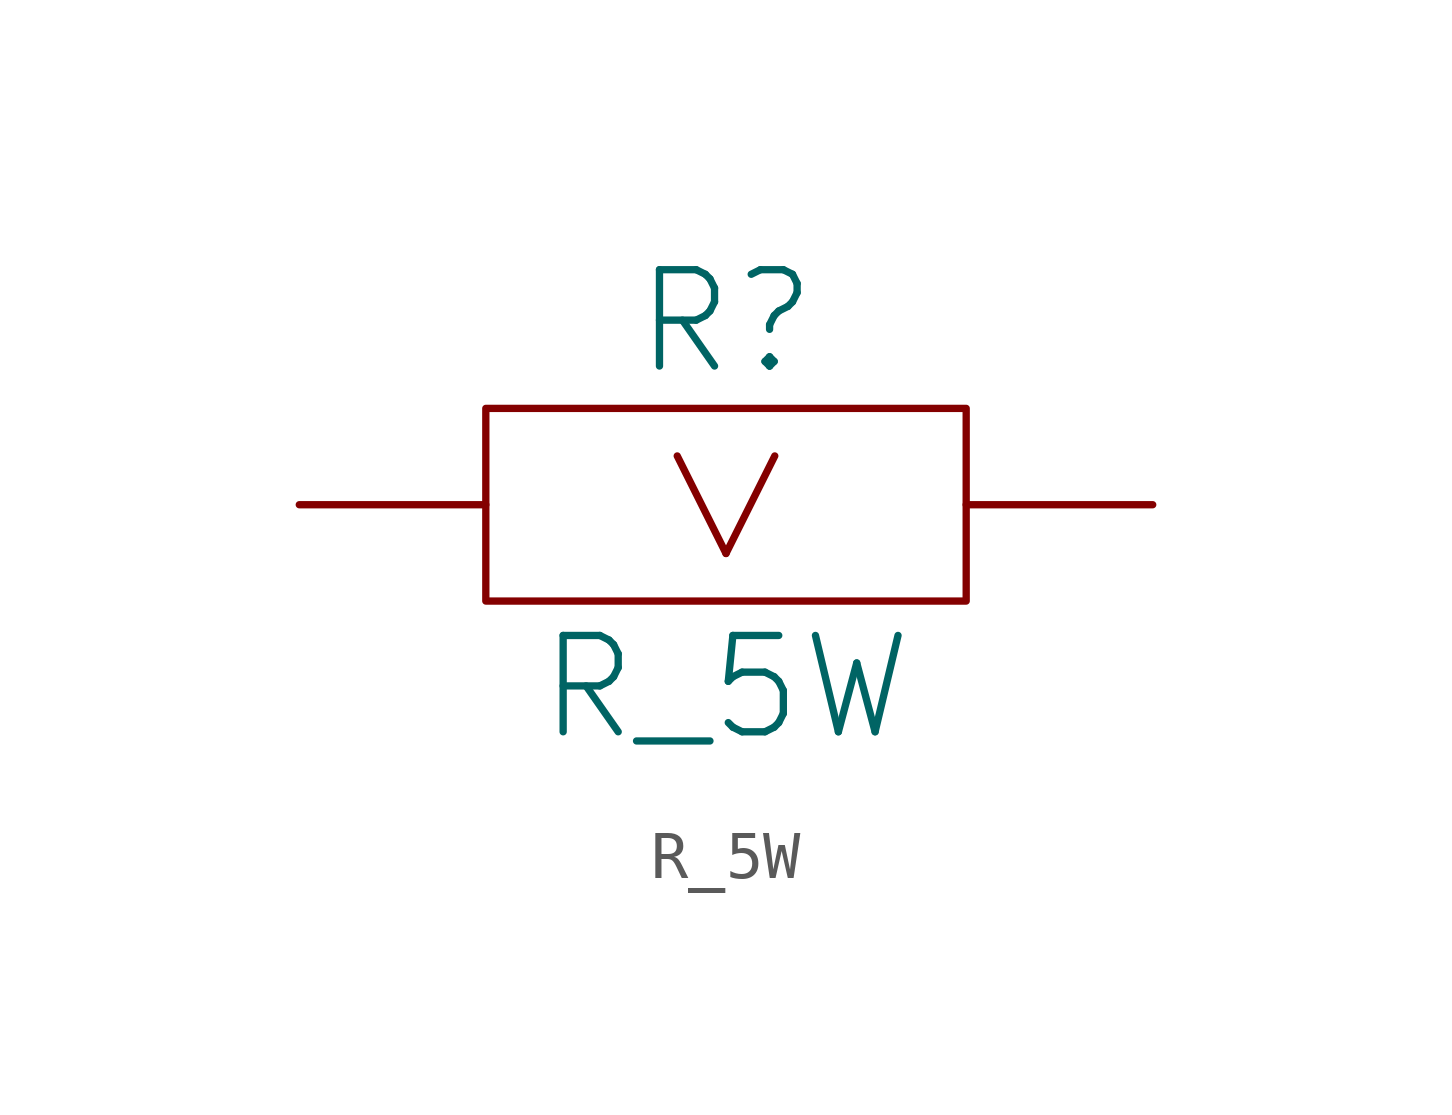
<source format=kicad_sym>
(kicad_symbol_lib
  (version 20231120)
  (generator "kicad_symbol_editor")
  (generator_version "8.0")
  (symbol "R_5W"
    (pin_numbers hide)
    (pin_names
      (offset 0) hide)
    (property "Reference" "R"
      (at 0 3.81 0)
      (effects (font (size 2.007 2.007))))
    (property "Value" "R_5W"
      (at 0 -3.81 0)
      (effects (font (size 2.007 2.007))))
    (symbol "R_5W_0_1"
      (rectangle (start -5.004 2.007) (end 5.004 -2.007) (stroke (width 0) (type solid)) (fill (type none)))
      (polyline (pts (xy -1.016 1.016) (xy 0 -1.016)) (stroke (width 0) (type solid)) (fill (type none)))
      (polyline (pts (xy 1.016 1.016) (xy 0 -1.016)) (stroke (width 0) (type solid)) (fill (type none))))
    (symbol "R_5W_1_1"
      (pin passive line (at -8.89 0 0) (length 3.886) (name "~" (effects (font (size 2.007 2.007)))) (number "1" (effects (font (size 2.007 2.007)))))
      (pin passive line (at 8.89 0 180) (length 3.886) (name "~" (effects (font (size 2.007 2.007)))) (number "2" (effects (font (size 2.007 2.007))))))))
</source>
